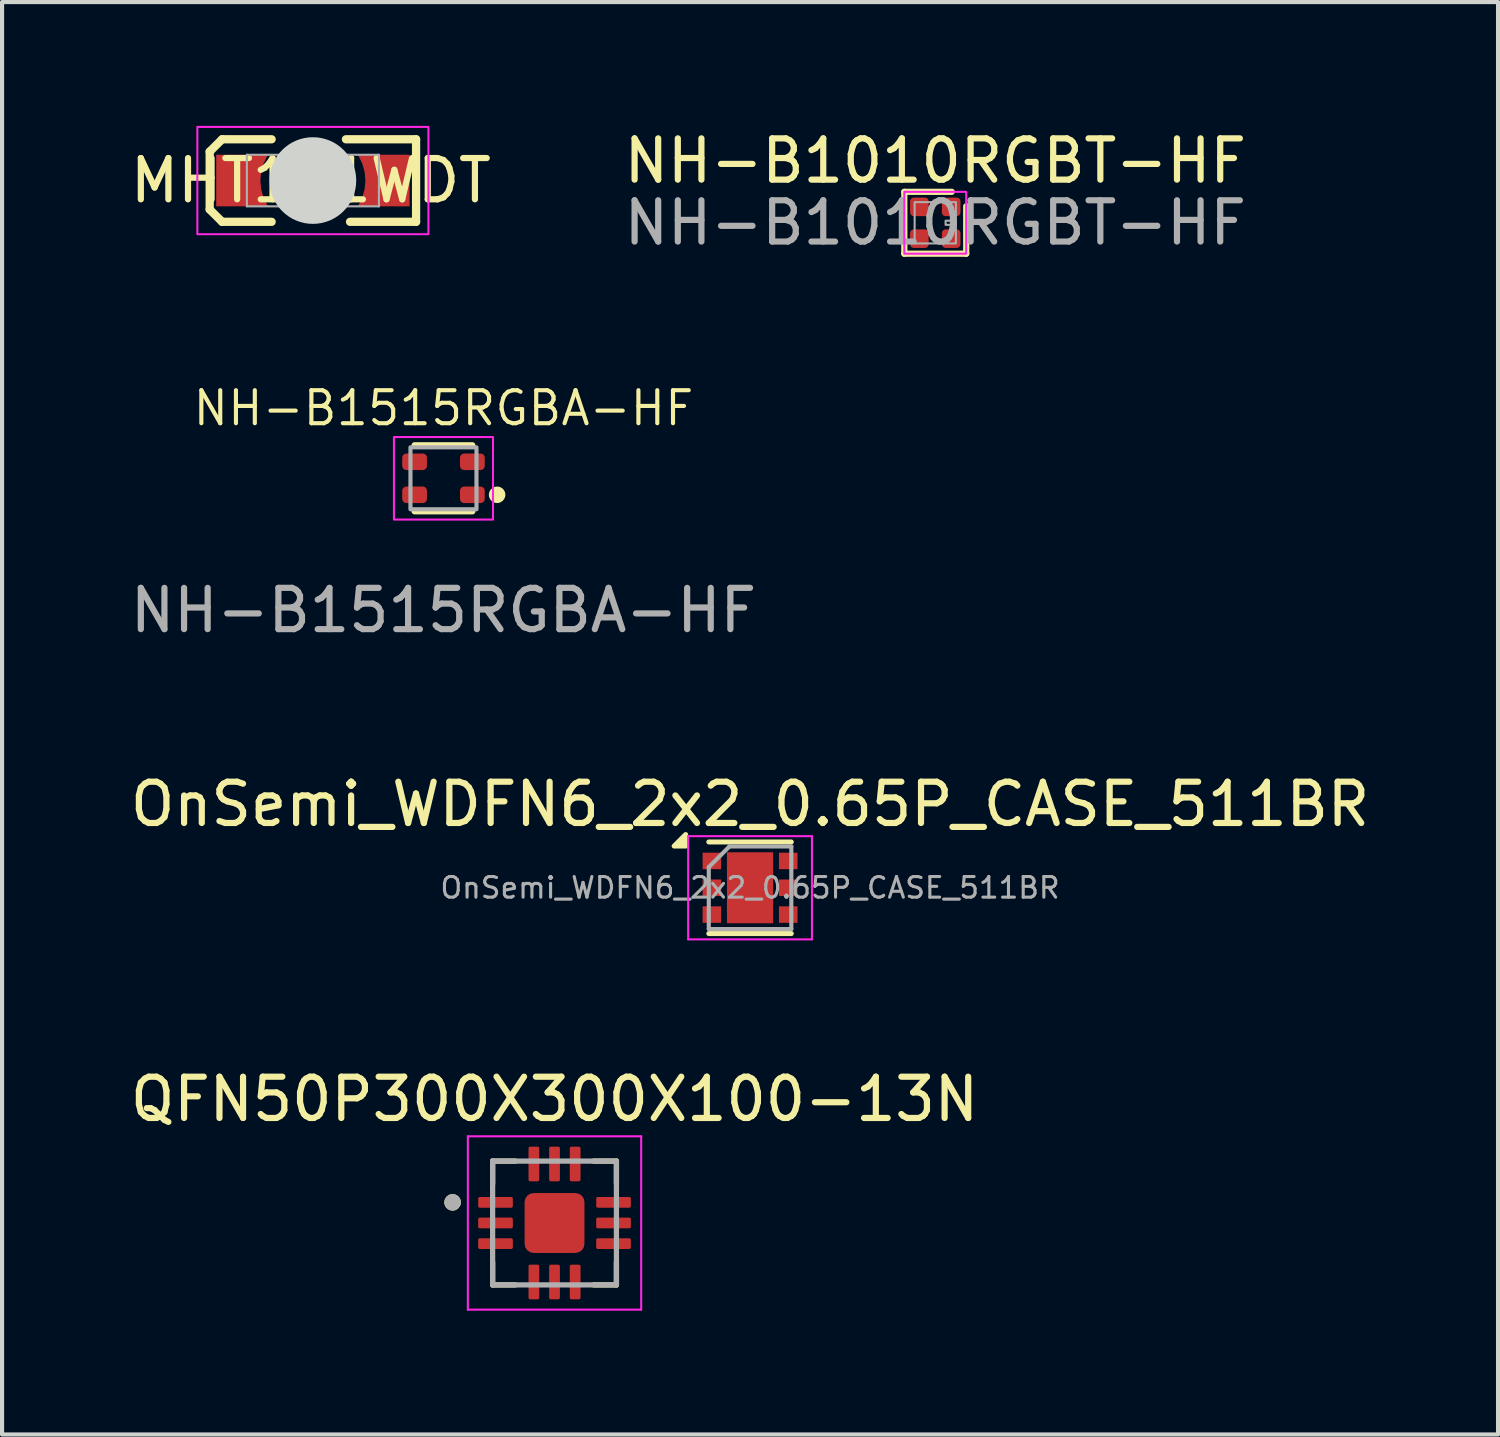
<source format=kicad_pcb>
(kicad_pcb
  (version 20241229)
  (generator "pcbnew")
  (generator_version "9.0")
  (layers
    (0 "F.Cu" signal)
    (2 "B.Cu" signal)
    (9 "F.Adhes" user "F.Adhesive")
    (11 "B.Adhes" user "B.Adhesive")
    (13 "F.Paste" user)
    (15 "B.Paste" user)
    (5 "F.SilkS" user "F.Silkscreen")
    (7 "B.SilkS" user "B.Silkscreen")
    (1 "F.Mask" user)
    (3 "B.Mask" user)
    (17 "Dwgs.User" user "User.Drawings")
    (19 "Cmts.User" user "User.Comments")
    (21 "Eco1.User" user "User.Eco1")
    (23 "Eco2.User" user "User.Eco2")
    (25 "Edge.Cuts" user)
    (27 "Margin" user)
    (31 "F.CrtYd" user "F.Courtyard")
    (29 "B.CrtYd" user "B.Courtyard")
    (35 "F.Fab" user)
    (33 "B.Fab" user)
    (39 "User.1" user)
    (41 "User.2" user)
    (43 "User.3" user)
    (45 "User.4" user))
  (footprint "NH-B1515RGBA-HF"
    (layer "F.Cu")
    (at 7.696 8.54)
    (property "Reference" "NH-B1515RGBA-HF" (at 0 -1.7 0) (unlocked yes) (layer "F.SilkS") (effects (font (size 0.8 0.8) (thickness 0.1))))
    (attr smd)
    (fp_line (start -0.7 -0.8) (end 0.7 -0.8) (stroke (width 0.15) (type default)) (layer "F.SilkS"))
    (fp_line (start -0.7 0.8) (end 0.7 0.8) (stroke (width 0.15) (type default)) (layer "F.SilkS"))
    (fp_circle (center 1.3 0.4) (end 1.3 0.3) (stroke (width 0.2) (type default)) (fill no) (layer "F.SilkS"))
    (fp_rect (start -1.2 -1) (end 1.2 1) (stroke (width 0.05) (type default)) (fill no) (layer "F.CrtYd"))
    (fp_rect (start -0.8 -0.75) (end 0.8 0.75) (stroke (width 0.1) (type default)) (fill no) (layer "F.Fab"))
    (fp_text user "${REFERENCE}" (at 0 3.2 0) (unlocked yes) (layer "F.Fab") (effects (font (size 1 1) (thickness 0.15))))
    (pad "1" smd roundrect (at 0.7 0.4) (size 0.6 0.4) (layers "F.Cu" "F.Mask" "F.Paste") (roundrect_rratio 0.25))
    (pad "2" smd roundrect (at -0.7 0.4) (size 0.6 0.4) (layers "F.Cu" "F.Mask" "F.Paste") (roundrect_rratio 0.25))
    (pad "3" smd roundrect (at -0.7 -0.4) (size 0.6 0.4) (layers "F.Cu" "F.Mask" "F.Paste") (roundrect_rratio 0.25))
    (pad "4" smd roundrect (at 0.7 -0.4) (size 0.6 0.4) (layers "F.Cu" "F.Mask" "F.Paste") (roundrect_rratio 0.25)))
  (footprint "MHT151WDT"
    (layer "F.Cu")
    (at 4.532 1.325)
    (property "Reference" "MHT151WDT" (at -0.05 0 0) (layer "F.SilkS") (effects (font (size 1 1) (thickness 0.15))))
    (fp_line (start -2.501 -0.701) (end -2.501 0.701) (stroke (width 0.2) (type default)) (layer "F.SilkS"))
    (fp_line (start -2.501 0.701) (end -2.2 1) (stroke (width 0.2) (type default)) (layer "F.SilkS"))
    (fp_line (start -2.2 -1) (end -2.501 -0.701) (stroke (width 0.2) (type default)) (layer "F.SilkS"))
    (fp_line (start -2.2 1) (end -1 1) (stroke (width 0.2) (type default)) (layer "F.SilkS"))
    (fp_line (start -1 -1) (end -2.2 -1) (stroke (width 0.2) (type default)) (layer "F.SilkS"))
    (fp_line (start 0.9 1) (end 2.5 1) (stroke (width 0.2) (type default)) (layer "F.SilkS"))
    (fp_line (start 2.5 -1) (end 0.8 -1) (stroke (width 0.2) (type default)) (layer "F.SilkS"))
    (fp_line (start 2.5 1) (end 2.5 -1) (stroke (width 0.2) (type default)) (layer "F.SilkS"))
    (fp_circle (center 0 0) (end 0 -1.05) (stroke (width 0) (type default)) (fill yes) (layer "Edge.Cuts"))
    (fp_rect (start -2.8 -1.3) (end 2.8 1.3) (stroke (width 0.05) (type default)) (fill no) (layer "F.CrtYd"))
    (fp_line (start -1.6 -0.625) (end 1.6 -0.625) (stroke (width 0.051) (type default)) (layer "F.Fab"))
    (fp_line (start -1.6 0.625) (end -1.6 -0.625) (stroke (width 0.051) (type default)) (layer "F.Fab"))
    (fp_line (start 1.6 -0.625) (end 1.6 0.625) (stroke (width 0.051) (type default)) (layer "F.Fab"))
    (fp_line (start 1.6 0.625) (end -1.6 0.625) (stroke (width 0.051) (type default)) (layer "F.Fab"))
    (fp_poly (pts (xy -2.284 0.95) (xy -2.301 0.908) (xy -2.344 0.89) (xy -2.386 0.908) (xy -2.404 0.95) (xy -2.386 0.992) (xy -2.344 1.01) (xy -2.301 0.992)) (stroke (width 0.1) (type default)) (fill no) (layer "User.3"))
    (pad "1" smd custom (at -1.808 0) (size 1.07 1.25) (layers "F.Cu" "F.Mask" "F.Paste") (options (anchor rect)) (primitives (gr_poly (pts (xy 0.707 -0.605) (xy 0.613 -0.415) (xy 0.555 -0.211) (xy 0.535 0) (xy 0.555 0.211) (xy 0.613 0.415) (xy 0.707 0.605) (xy 0.722 0.625) (xy -0.535 0.625) (xy -0.535 -0.625) (xy 0.722 -0.625)) (width 0) (fill yes))))
    (pad "2" smd custom (at 1.808 0 180) (size 1.07 1.25) (layers "F.Cu" "F.Mask" "F.Paste") (options (anchor rect)) (primitives (gr_poly (pts (xy 0.707 -0.605) (xy 0.613 -0.415) (xy 0.555 -0.211) (xy 0.535 0) (xy 0.555 0.211) (xy 0.613 0.415) (xy 0.707 0.605) (xy 0.722 0.625) (xy -0.535 0.625) (xy -0.535 -0.625) (xy 0.722 -0.625)) (width 0) (fill yes)))))
  (footprint "OnSemi_WDFN6_2x2_0.65P_CASE_511BR"
    (layer "F.Cu")
    (at 15.125 18.462)
    (property "Reference" "OnSemi_WDFN6_2x2_0.65P_CASE_511BR" (at 0 -2.025 0) (layer "F.SilkS") (effects (font (size 1 1) (thickness 0.15))))
    (attr smd)
    (fp_line (start -1 -1.11) (end 1 -1.11) (stroke (width 0.12) (type solid)) (layer "F.SilkS"))
    (fp_line (start -1 1.11) (end 1 1.11) (stroke (width 0.12) (type solid)) (layer "F.SilkS"))
    (fp_poly (pts (xy -1.56 -1.01) (xy -1.84 -1.01) (xy -1.56 -1.29) (xy -1.56 -1.01)) (stroke (width 0.12) (type solid)) (fill yes) (layer "F.SilkS"))
    (fp_line (start -1.5 -1.25) (end -1.5 1.25) (stroke (width 0.05) (type solid)) (layer "F.CrtYd"))
    (fp_line (start -1.5 -1.25) (end 1.5 -1.25) (stroke (width 0.05) (type solid)) (layer "F.CrtYd"))
    (fp_line (start -1.5 1.25) (end 1.5 1.25) (stroke (width 0.05) (type solid)) (layer "F.CrtYd"))
    (fp_line (start 1.5 -1.25) (end 1.5 1.25) (stroke (width 0.05) (type solid)) (layer "F.CrtYd"))
    (fp_line (start -1 -0.5) (end -0.5 -1) (stroke (width 0.1) (type solid)) (layer "F.Fab"))
    (fp_line (start -1 1) (end -1 -0.5) (stroke (width 0.1) (type solid)) (layer "F.Fab"))
    (fp_line (start -0.5 -1) (end 1 -1) (stroke (width 0.1) (type solid)) (layer "F.Fab"))
    (fp_line (start 1 -1) (end 1 1) (stroke (width 0.1) (type solid)) (layer "F.Fab"))
    (fp_line (start 1 1) (end -1 1) (stroke (width 0.1) (type solid)) (layer "F.Fab"))
    (fp_text user "${REFERENCE}" (at 0 0 0) (layer "F.Fab") (effects (font (size 0.5 0.5) (thickness 0.075))))
    (pad "" smd rect (at 0 -0.4) (size 0.82 0.63) (layers "F.Paste"))
    (pad "" smd rect (at 0 0.4) (size 0.82 0.63) (layers "F.Paste"))
    (pad "1" smd rect (at -0.925 -0.65) (size 0.45 0.4) (layers "F.Cu" "F.Mask" "F.Paste"))
    (pad "2" smd rect (at -0.925 0) (size 0.45 0.4) (layers "F.Cu" "F.Mask" "F.Paste"))
    (pad "3" smd rect (at -0.925 0.65) (size 0.45 0.4) (layers "F.Cu" "F.Mask" "F.Paste"))
    (pad "4" smd rect (at 0.925 0.65) (size 0.45 0.4) (layers "F.Cu" "F.Mask" "F.Paste"))
    (pad "5" smd rect (at 0.925 0) (size 0.45 0.4) (layers "F.Cu" "F.Mask" "F.Paste"))
    (pad "6" smd rect (at 0.925 -0.65) (size 0.45 0.4) (layers "F.Cu" "F.Mask" "F.Paste"))
    (pad "7" smd rect (at 0 0) (size 1.12 1.72) (layers "F.Cu" "F.Mask")))
  (footprint "QFN50P300X300X100-13N"
    (layer "F.Cu")
    (at 10.387 26.585)
    (property "Reference" "QFN50P300X300X100-13N" (at 0 -3 0) (layer "F.SilkS") (effects (font (size 1 1) (thickness 0.15))))
    (attr smd)
    (fp_line (start -1.5 -1.5) (end -1.5 -0.95) (stroke (width 0.127) (type solid)) (layer "F.SilkS"))
    (fp_line (start -1.5 -1.5) (end -0.95 -1.5) (stroke (width 0.127) (type solid)) (layer "F.SilkS"))
    (fp_line (start -1.5 1.5) (end -1.5 0.95) (stroke (width 0.127) (type solid)) (layer "F.SilkS"))
    (fp_line (start -1.5 1.5) (end -0.95 1.5) (stroke (width 0.127) (type solid)) (layer "F.SilkS"))
    (fp_line (start 1.5 -1.5) (end 0.95 -1.5) (stroke (width 0.127) (type solid)) (layer "F.SilkS"))
    (fp_line (start 1.5 -1.5) (end 1.5 -0.95) (stroke (width 0.127) (type solid)) (layer "F.SilkS"))
    (fp_line (start 1.5 1.5) (end 0.95 1.5) (stroke (width 0.127) (type solid)) (layer "F.SilkS"))
    (fp_line (start 1.5 1.5) (end 1.5 0.95) (stroke (width 0.127) (type solid)) (layer "F.SilkS"))
    (fp_circle (center -2.47 -0.5) (end -2.37 -0.5) (stroke (width 0.2) (type solid)) (fill no) (layer "F.SilkS"))
    (fp_poly (pts (xy -0.46 -0.46) (xy 0.46 -0.46) (xy 0.46 0.46) (xy -0.46 0.46)) (stroke (width 0.01) (type solid)) (fill yes) (layer "F.Paste"))
    (fp_line (start -2.1 -2.1) (end 2.1 -2.1) (stroke (width 0.05) (type solid)) (layer "F.CrtYd"))
    (fp_line (start -2.1 2.1) (end -2.1 -2.1) (stroke (width 0.05) (type solid)) (layer "F.CrtYd"))
    (fp_line (start -2.1 2.1) (end 2.1 2.1) (stroke (width 0.05) (type solid)) (layer "F.CrtYd"))
    (fp_line (start 2.1 2.1) (end 2.1 -2.1) (stroke (width 0.05) (type solid)) (layer "F.CrtYd"))
    (fp_line (start -1.5 1.5) (end -1.5 -1.5) (stroke (width 0.127) (type solid)) (layer "F.Fab"))
    (fp_line (start 1.5 -1.5) (end -1.5 -1.5) (stroke (width 0.127) (type solid)) (layer "F.Fab"))
    (fp_line (start 1.5 1.5) (end -1.5 1.5) (stroke (width 0.127) (type solid)) (layer "F.Fab"))
    (fp_line (start 1.5 1.5) (end 1.5 -1.5) (stroke (width 0.127) (type solid)) (layer "F.Fab"))
    (fp_circle (center -2.47 -0.5) (end -2.37 -0.5) (stroke (width 0.2) (type solid)) (fill no) (layer "F.Fab"))
    (pad "1" smd roundrect (at -1.43 -0.5) (size 0.84 0.26) (layers "F.Cu" "F.Mask" "F.Paste") (roundrect_rratio 0.15))
    (pad "2" smd roundrect (at -1.43 0) (size 0.84 0.26) (layers "F.Cu" "F.Mask" "F.Paste") (roundrect_rratio 0.15))
    (pad "3" smd roundrect (at -1.43 0.5) (size 0.84 0.26) (layers "F.Cu" "F.Mask" "F.Paste") (roundrect_rratio 0.15))
    (pad "4" smd roundrect (at -0.5 1.43) (size 0.26 0.84) (layers "F.Cu" "F.Mask" "F.Paste") (roundrect_rratio 0.15))
    (pad "5" smd roundrect (at 0 1.43) (size 0.26 0.84) (layers "F.Cu" "F.Mask" "F.Paste") (roundrect_rratio 0.15))
    (pad "6" smd roundrect (at 0.5 1.43) (size 0.26 0.84) (layers "F.Cu" "F.Mask" "F.Paste") (roundrect_rratio 0.15))
    (pad "7" smd roundrect (at 1.43 0.5) (size 0.84 0.26) (layers "F.Cu" "F.Mask" "F.Paste") (roundrect_rratio 0.15))
    (pad "8" smd roundrect (at 1.43 0) (size 0.84 0.26) (layers "F.Cu" "F.Mask" "F.Paste") (roundrect_rratio 0.15))
    (pad "9" smd roundrect (at 1.43 -0.5) (size 0.84 0.26) (layers "F.Cu" "F.Mask" "F.Paste") (roundrect_rratio 0.15))
    (pad "10" smd roundrect (at 0.5 -1.43) (size 0.26 0.84) (layers "F.Cu" "F.Mask" "F.Paste") (roundrect_rratio 0.15))
    (pad "11" smd roundrect (at 0 -1.43) (size 0.26 0.84) (layers "F.Cu" "F.Mask" "F.Paste") (roundrect_rratio 0.15))
    (pad "12" smd roundrect (at -0.5 -1.43) (size 0.26 0.84) (layers "F.Cu" "F.Mask" "F.Paste") (roundrect_rratio 0.15))
    (pad "13" smd roundrect (at 0 0) (size 1.45 1.45) (layers "F.Cu" "F.Mask") (roundrect_rratio 0.15)))
  (footprint "NH-B1010RGBT-HF"
    (layer "F.Cu")
    (at 19.613 2.348)
    (property "Reference" "NH-B1010RGBT-HF" (at 0 -1.5 0) (unlocked yes) (layer "F.SilkS") (effects (font (size 1 1) (thickness 0.15))))
    (attr smd)
    (fp_line (start -0.75 -0.75) (end 0.4 -0.75) (stroke (width 0.15) (type solid)) (layer "F.SilkS"))
    (fp_line (start -0.75 0.75) (end -0.75 -0.75) (stroke (width 0.15) (type solid)) (layer "F.SilkS"))
    (fp_line (start -0.75 0.75) (end 0.75 0.75) (stroke (width 0.15) (type solid)) (layer "F.SilkS"))
    (fp_line (start 0.75 -0.4) (end 0.75 0.75) (stroke (width 0.15) (type solid)) (layer "F.SilkS"))
    (fp_rect (start -0.75 -0.75) (end 0.75 0.75) (stroke (width 0.05) (type default)) (fill no) (layer "F.CrtYd"))
    (fp_rect (start -0.5 -0.5) (end 0.5 0.5) (stroke (width 0.05) (type solid)) (fill no) (layer "F.Fab"))
    (fp_rect (start 0.25 -0.05) (end 0.5 0.05) (stroke (width 0.05) (type solid)) (fill no) (layer "F.Fab"))
    (fp_text user "${REFERENCE}" (at 0 0 0) (unlocked yes) (layer "F.Fab") (effects (font (size 1 1) (thickness 0.15))))
    (pad "1" smd roundrect (at 0.385 -0.385) (size 0.45 0.45) (layers "F.Cu" "F.Mask" "F.Paste") (roundrect_rratio 0.2))
    (pad "2" smd roundrect (at 0.385 0.385) (size 0.45 0.45) (layers "F.Cu" "F.Mask" "F.Paste") (roundrect_rratio 0.2))
    (pad "3" smd roundrect (at -0.385 0.385) (size 0.45 0.45) (layers "F.Cu" "F.Mask" "F.Paste") (roundrect_rratio 0.2))
    (pad "4" smd roundrect (at -0.385 -0.385) (size 0.45 0.45) (layers "F.Cu" "F.Mask" "F.Paste") (roundrect_rratio 0.2)))
  (gr_rect
    (start -3 -3)
    (end 33.25 31.71)
    (stroke (width 0.1) (type default))
    (fill no)
    (layer "Edge.Cuts")))
</source>
